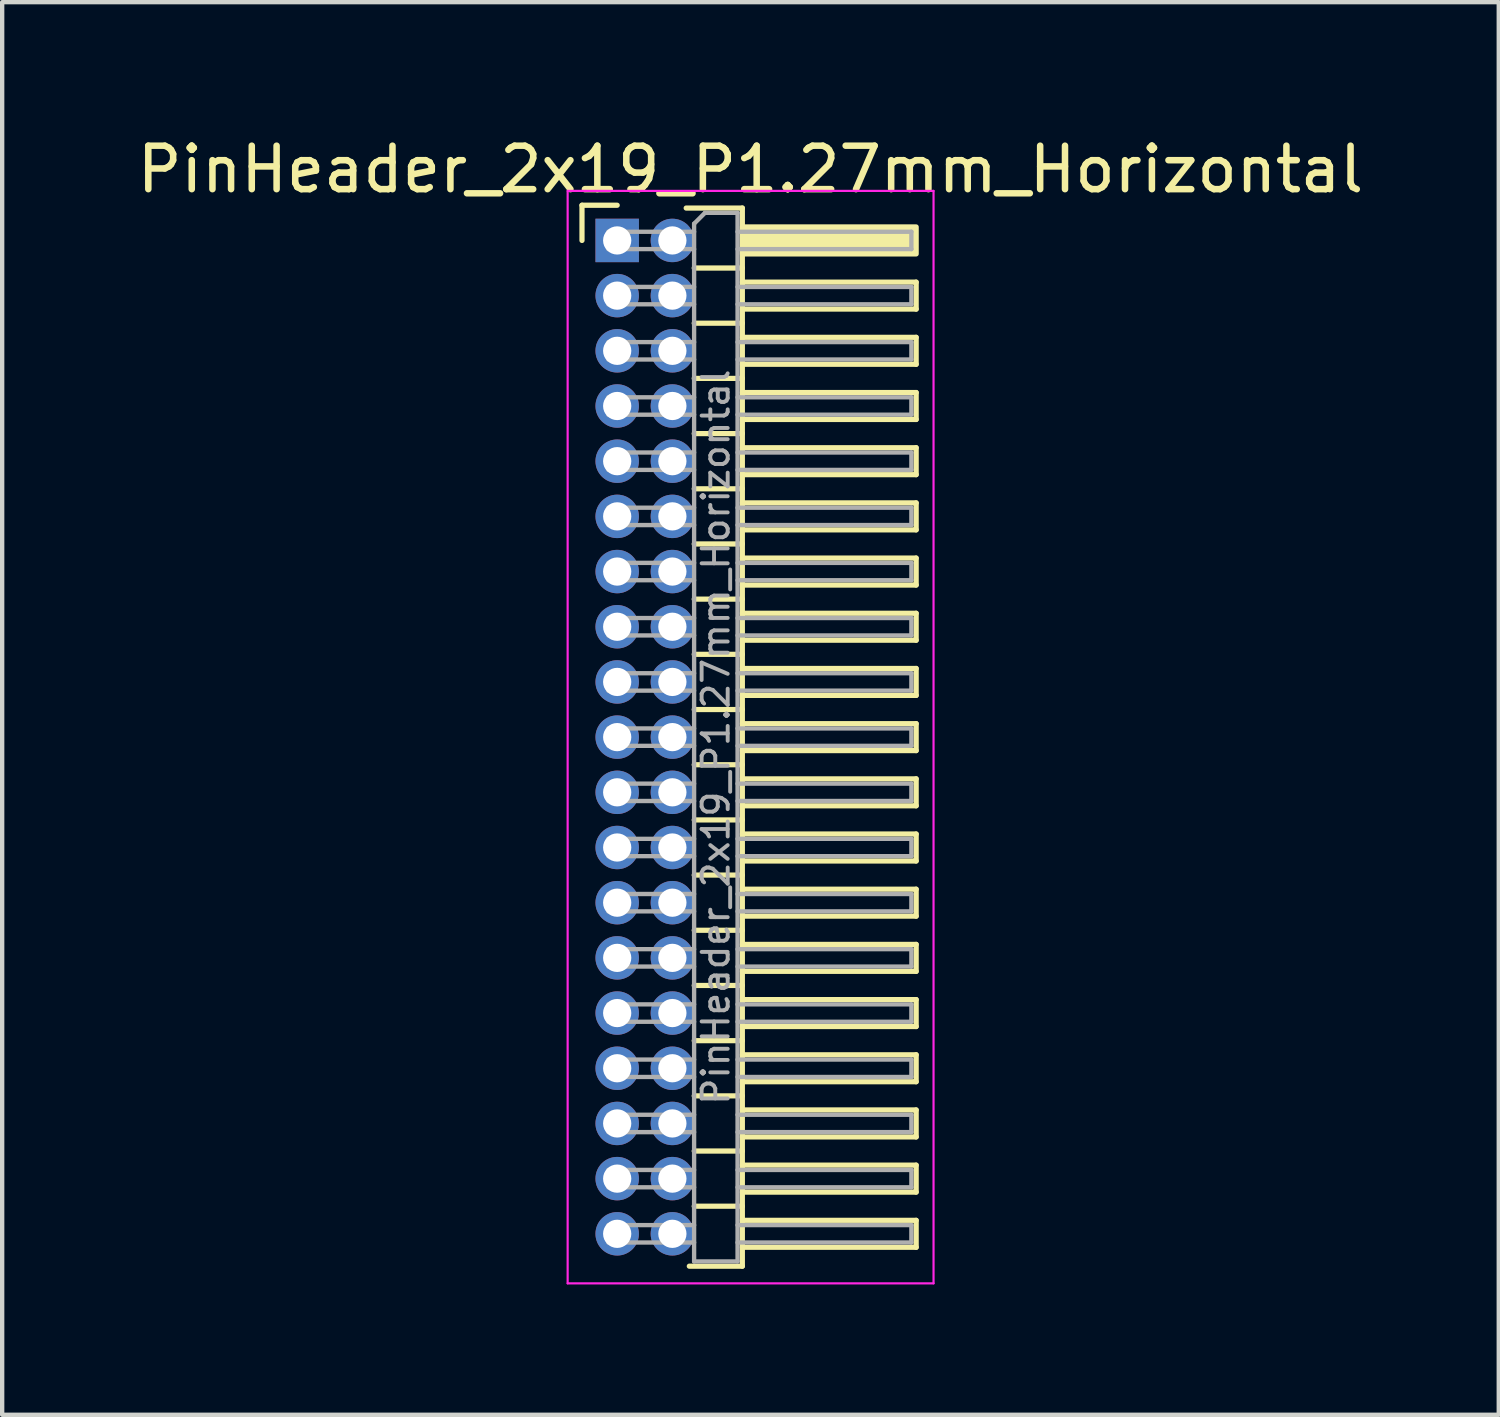
<source format=kicad_pcb>
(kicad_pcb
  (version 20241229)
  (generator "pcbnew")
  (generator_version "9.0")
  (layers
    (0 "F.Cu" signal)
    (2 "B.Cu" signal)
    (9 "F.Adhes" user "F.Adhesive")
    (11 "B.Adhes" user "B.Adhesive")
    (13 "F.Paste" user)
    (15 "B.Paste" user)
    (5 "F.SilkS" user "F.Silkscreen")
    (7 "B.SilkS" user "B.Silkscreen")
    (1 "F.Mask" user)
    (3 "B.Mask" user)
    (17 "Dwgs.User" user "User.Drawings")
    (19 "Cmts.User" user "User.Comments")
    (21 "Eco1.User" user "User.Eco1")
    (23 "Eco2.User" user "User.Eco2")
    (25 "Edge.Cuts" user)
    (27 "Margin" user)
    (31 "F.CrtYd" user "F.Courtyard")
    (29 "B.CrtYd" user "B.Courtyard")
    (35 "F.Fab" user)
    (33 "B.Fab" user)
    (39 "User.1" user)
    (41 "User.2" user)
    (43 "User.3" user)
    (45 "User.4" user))
  (footprint "PinHeader_2x19_P1.27mm_Horizontal"
    (layer "F.Cu")
    (at 11.153 2.483)
    (property "Reference" "PinHeader_2x19_P1.27mm_Horizontal" (at 3.067 -1.635 0) (layer "F.SilkS") (effects (font (size 1 1) (thickness 0.15))))
    (attr through_hole)
    (fp_line (start -0.81 -0.81) (end 0 -0.81) (stroke (width 0.12) (type solid)) (layer "F.SilkS"))
    (fp_line (start -0.81 0) (end -0.81 -0.81) (stroke (width 0.12) (type solid)) (layer "F.SilkS"))
    (fp_line (start 1.588 -0.745) (end 2.88 -0.745) (stroke (width 0.12) (type solid)) (layer "F.SilkS"))
    (fp_line (start 1.773 0.635) (end 2.88 0.635) (stroke (width 0.12) (type solid)) (layer "F.SilkS"))
    (fp_line (start 1.773 1.905) (end 2.88 1.905) (stroke (width 0.12) (type solid)) (layer "F.SilkS"))
    (fp_line (start 1.773 3.175) (end 2.88 3.175) (stroke (width 0.12) (type solid)) (layer "F.SilkS"))
    (fp_line (start 1.773 4.445) (end 2.88 4.445) (stroke (width 0.12) (type solid)) (layer "F.SilkS"))
    (fp_line (start 1.773 5.715) (end 2.88 5.715) (stroke (width 0.12) (type solid)) (layer "F.SilkS"))
    (fp_line (start 1.773 6.985) (end 2.88 6.985) (stroke (width 0.12) (type solid)) (layer "F.SilkS"))
    (fp_line (start 1.773 8.255) (end 2.88 8.255) (stroke (width 0.12) (type solid)) (layer "F.SilkS"))
    (fp_line (start 1.773 9.525) (end 2.88 9.525) (stroke (width 0.12) (type solid)) (layer "F.SilkS"))
    (fp_line (start 1.773 10.795) (end 2.88 10.795) (stroke (width 0.12) (type solid)) (layer "F.SilkS"))
    (fp_line (start 1.773 12.065) (end 2.88 12.065) (stroke (width 0.12) (type solid)) (layer "F.SilkS"))
    (fp_line (start 1.773 13.335) (end 2.88 13.335) (stroke (width 0.12) (type solid)) (layer "F.SilkS"))
    (fp_line (start 1.773 14.605) (end 2.88 14.605) (stroke (width 0.12) (type solid)) (layer "F.SilkS"))
    (fp_line (start 1.773 15.875) (end 2.88 15.875) (stroke (width 0.12) (type solid)) (layer "F.SilkS"))
    (fp_line (start 1.773 17.145) (end 2.88 17.145) (stroke (width 0.12) (type solid)) (layer "F.SilkS"))
    (fp_line (start 1.773 18.415) (end 2.88 18.415) (stroke (width 0.12) (type solid)) (layer "F.SilkS"))
    (fp_line (start 1.773 19.685) (end 2.88 19.685) (stroke (width 0.12) (type solid)) (layer "F.SilkS"))
    (fp_line (start 1.773 20.955) (end 2.88 20.955) (stroke (width 0.12) (type solid)) (layer "F.SilkS"))
    (fp_line (start 1.773 22.225) (end 2.88 22.225) (stroke (width 0.12) (type solid)) (layer "F.SilkS"))
    (fp_line (start 2.88 -0.745) (end 2.88 23.605) (stroke (width 0.12) (type solid)) (layer "F.SilkS"))
    (fp_line (start 2.88 0.96) (end 6.88 0.96) (stroke (width 0.12) (type solid)) (layer "F.SilkS"))
    (fp_line (start 2.88 2.23) (end 6.88 2.23) (stroke (width 0.12) (type solid)) (layer "F.SilkS"))
    (fp_line (start 2.88 3.5) (end 6.88 3.5) (stroke (width 0.12) (type solid)) (layer "F.SilkS"))
    (fp_line (start 2.88 4.77) (end 6.88 4.77) (stroke (width 0.12) (type solid)) (layer "F.SilkS"))
    (fp_line (start 2.88 6.04) (end 6.88 6.04) (stroke (width 0.12) (type solid)) (layer "F.SilkS"))
    (fp_line (start 2.88 7.31) (end 6.88 7.31) (stroke (width 0.12) (type solid)) (layer "F.SilkS"))
    (fp_line (start 2.88 8.58) (end 6.88 8.58) (stroke (width 0.12) (type solid)) (layer "F.SilkS"))
    (fp_line (start 2.88 9.85) (end 6.88 9.85) (stroke (width 0.12) (type solid)) (layer "F.SilkS"))
    (fp_line (start 2.88 11.12) (end 6.88 11.12) (stroke (width 0.12) (type solid)) (layer "F.SilkS"))
    (fp_line (start 2.88 12.39) (end 6.88 12.39) (stroke (width 0.12) (type solid)) (layer "F.SilkS"))
    (fp_line (start 2.88 13.66) (end 6.88 13.66) (stroke (width 0.12) (type solid)) (layer "F.SilkS"))
    (fp_line (start 2.88 14.93) (end 6.88 14.93) (stroke (width 0.12) (type solid)) (layer "F.SilkS"))
    (fp_line (start 2.88 16.2) (end 6.88 16.2) (stroke (width 0.12) (type solid)) (layer "F.SilkS"))
    (fp_line (start 2.88 17.47) (end 6.88 17.47) (stroke (width 0.12) (type solid)) (layer "F.SilkS"))
    (fp_line (start 2.88 18.74) (end 6.88 18.74) (stroke (width 0.12) (type solid)) (layer "F.SilkS"))
    (fp_line (start 2.88 20.01) (end 6.88 20.01) (stroke (width 0.12) (type solid)) (layer "F.SilkS"))
    (fp_line (start 2.88 21.28) (end 6.88 21.28) (stroke (width 0.12) (type solid)) (layer "F.SilkS"))
    (fp_line (start 2.88 22.55) (end 6.88 22.55) (stroke (width 0.12) (type solid)) (layer "F.SilkS"))
    (fp_line (start 2.88 23.605) (end 1.66 23.605) (stroke (width 0.12) (type solid)) (layer "F.SilkS"))
    (fp_line (start 6.88 0.96) (end 6.88 1.58) (stroke (width 0.12) (type solid)) (layer "F.SilkS"))
    (fp_line (start 6.88 1.58) (end 2.88 1.58) (stroke (width 0.12) (type solid)) (layer "F.SilkS"))
    (fp_line (start 6.88 2.23) (end 6.88 2.85) (stroke (width 0.12) (type solid)) (layer "F.SilkS"))
    (fp_line (start 6.88 2.85) (end 2.88 2.85) (stroke (width 0.12) (type solid)) (layer "F.SilkS"))
    (fp_line (start 6.88 3.5) (end 6.88 4.12) (stroke (width 0.12) (type solid)) (layer "F.SilkS"))
    (fp_line (start 6.88 4.12) (end 2.88 4.12) (stroke (width 0.12) (type solid)) (layer "F.SilkS"))
    (fp_line (start 6.88 4.77) (end 6.88 5.39) (stroke (width 0.12) (type solid)) (layer "F.SilkS"))
    (fp_line (start 6.88 5.39) (end 2.88 5.39) (stroke (width 0.12) (type solid)) (layer "F.SilkS"))
    (fp_line (start 6.88 6.04) (end 6.88 6.66) (stroke (width 0.12) (type solid)) (layer "F.SilkS"))
    (fp_line (start 6.88 6.66) (end 2.88 6.66) (stroke (width 0.12) (type solid)) (layer "F.SilkS"))
    (fp_line (start 6.88 7.31) (end 6.88 7.93) (stroke (width 0.12) (type solid)) (layer "F.SilkS"))
    (fp_line (start 6.88 7.93) (end 2.88 7.93) (stroke (width 0.12) (type solid)) (layer "F.SilkS"))
    (fp_line (start 6.88 8.58) (end 6.88 9.2) (stroke (width 0.12) (type solid)) (layer "F.SilkS"))
    (fp_line (start 6.88 9.2) (end 2.88 9.2) (stroke (width 0.12) (type solid)) (layer "F.SilkS"))
    (fp_line (start 6.88 9.85) (end 6.88 10.47) (stroke (width 0.12) (type solid)) (layer "F.SilkS"))
    (fp_line (start 6.88 10.47) (end 2.88 10.47) (stroke (width 0.12) (type solid)) (layer "F.SilkS"))
    (fp_line (start 6.88 11.12) (end 6.88 11.74) (stroke (width 0.12) (type solid)) (layer "F.SilkS"))
    (fp_line (start 6.88 11.74) (end 2.88 11.74) (stroke (width 0.12) (type solid)) (layer "F.SilkS"))
    (fp_line (start 6.88 12.39) (end 6.88 13.01) (stroke (width 0.12) (type solid)) (layer "F.SilkS"))
    (fp_line (start 6.88 13.01) (end 2.88 13.01) (stroke (width 0.12) (type solid)) (layer "F.SilkS"))
    (fp_line (start 6.88 13.66) (end 6.88 14.28) (stroke (width 0.12) (type solid)) (layer "F.SilkS"))
    (fp_line (start 6.88 14.28) (end 2.88 14.28) (stroke (width 0.12) (type solid)) (layer "F.SilkS"))
    (fp_line (start 6.88 14.93) (end 6.88 15.55) (stroke (width 0.12) (type solid)) (layer "F.SilkS"))
    (fp_line (start 6.88 15.55) (end 2.88 15.55) (stroke (width 0.12) (type solid)) (layer "F.SilkS"))
    (fp_line (start 6.88 16.2) (end 6.88 16.82) (stroke (width 0.12) (type solid)) (layer "F.SilkS"))
    (fp_line (start 6.88 16.82) (end 2.88 16.82) (stroke (width 0.12) (type solid)) (layer "F.SilkS"))
    (fp_line (start 6.88 17.47) (end 6.88 18.09) (stroke (width 0.12) (type solid)) (layer "F.SilkS"))
    (fp_line (start 6.88 18.09) (end 2.88 18.09) (stroke (width 0.12) (type solid)) (layer "F.SilkS"))
    (fp_line (start 6.88 18.74) (end 6.88 19.36) (stroke (width 0.12) (type solid)) (layer "F.SilkS"))
    (fp_line (start 6.88 19.36) (end 2.88 19.36) (stroke (width 0.12) (type solid)) (layer "F.SilkS"))
    (fp_line (start 6.88 20.01) (end 6.88 20.63) (stroke (width 0.12) (type solid)) (layer "F.SilkS"))
    (fp_line (start 6.88 20.63) (end 2.88 20.63) (stroke (width 0.12) (type solid)) (layer "F.SilkS"))
    (fp_line (start 6.88 21.28) (end 6.88 21.9) (stroke (width 0.12) (type solid)) (layer "F.SilkS"))
    (fp_line (start 6.88 21.9) (end 2.88 21.9) (stroke (width 0.12) (type solid)) (layer "F.SilkS"))
    (fp_line (start 6.88 22.55) (end 6.88 23.17) (stroke (width 0.12) (type solid)) (layer "F.SilkS"))
    (fp_line (start 6.88 23.17) (end 2.88 23.17) (stroke (width 0.12) (type solid)) (layer "F.SilkS"))
    (fp_rect (start 2.88 -0.31) (end 6.88 0.31) (stroke (width 0.12) (type solid)) (fill yes) (layer "F.SilkS"))
    (fp_line (start -1.14 -1.14) (end -1.14 24) (stroke (width 0.05) (type solid)) (layer "F.CrtYd"))
    (fp_line (start -1.14 24) (end 7.28 24) (stroke (width 0.05) (type solid)) (layer "F.CrtYd"))
    (fp_line (start 7.28 -1.14) (end -1.14 -1.14) (stroke (width 0.05) (type solid)) (layer "F.CrtYd"))
    (fp_line (start 7.28 24) (end 7.28 -1.14) (stroke (width 0.05) (type solid)) (layer "F.CrtYd"))
    (fp_line (start -0.2 -0.2) (end -0.2 0.2) (stroke (width 0.1) (type solid)) (layer "F.Fab"))
    (fp_line (start -0.2 -0.2) (end 1.77 -0.2) (stroke (width 0.1) (type solid)) (layer "F.Fab"))
    (fp_line (start -0.2 0.2) (end 1.77 0.2) (stroke (width 0.1) (type solid)) (layer "F.Fab"))
    (fp_line (start -0.2 1.07) (end -0.2 1.47) (stroke (width 0.1) (type solid)) (layer "F.Fab"))
    (fp_line (start -0.2 1.07) (end 1.77 1.07) (stroke (width 0.1) (type solid)) (layer "F.Fab"))
    (fp_line (start -0.2 1.47) (end 1.77 1.47) (stroke (width 0.1) (type solid)) (layer "F.Fab"))
    (fp_line (start -0.2 2.34) (end -0.2 2.74) (stroke (width 0.1) (type solid)) (layer "F.Fab"))
    (fp_line (start -0.2 2.34) (end 1.77 2.34) (stroke (width 0.1) (type solid)) (layer "F.Fab"))
    (fp_line (start -0.2 2.74) (end 1.77 2.74) (stroke (width 0.1) (type solid)) (layer "F.Fab"))
    (fp_line (start -0.2 3.61) (end -0.2 4.01) (stroke (width 0.1) (type solid)) (layer "F.Fab"))
    (fp_line (start -0.2 3.61) (end 1.77 3.61) (stroke (width 0.1) (type solid)) (layer "F.Fab"))
    (fp_line (start -0.2 4.01) (end 1.77 4.01) (stroke (width 0.1) (type solid)) (layer "F.Fab"))
    (fp_line (start -0.2 4.88) (end -0.2 5.28) (stroke (width 0.1) (type solid)) (layer "F.Fab"))
    (fp_line (start -0.2 4.88) (end 1.77 4.88) (stroke (width 0.1) (type solid)) (layer "F.Fab"))
    (fp_line (start -0.2 5.28) (end 1.77 5.28) (stroke (width 0.1) (type solid)) (layer "F.Fab"))
    (fp_line (start -0.2 6.15) (end -0.2 6.55) (stroke (width 0.1) (type solid)) (layer "F.Fab"))
    (fp_line (start -0.2 6.15) (end 1.77 6.15) (stroke (width 0.1) (type solid)) (layer "F.Fab"))
    (fp_line (start -0.2 6.55) (end 1.77 6.55) (stroke (width 0.1) (type solid)) (layer "F.Fab"))
    (fp_line (start -0.2 7.42) (end -0.2 7.82) (stroke (width 0.1) (type solid)) (layer "F.Fab"))
    (fp_line (start -0.2 7.42) (end 1.77 7.42) (stroke (width 0.1) (type solid)) (layer "F.Fab"))
    (fp_line (start -0.2 7.82) (end 1.77 7.82) (stroke (width 0.1) (type solid)) (layer "F.Fab"))
    (fp_line (start -0.2 8.69) (end -0.2 9.09) (stroke (width 0.1) (type solid)) (layer "F.Fab"))
    (fp_line (start -0.2 8.69) (end 1.77 8.69) (stroke (width 0.1) (type solid)) (layer "F.Fab"))
    (fp_line (start -0.2 9.09) (end 1.77 9.09) (stroke (width 0.1) (type solid)) (layer "F.Fab"))
    (fp_line (start -0.2 9.96) (end -0.2 10.36) (stroke (width 0.1) (type solid)) (layer "F.Fab"))
    (fp_line (start -0.2 9.96) (end 1.77 9.96) (stroke (width 0.1) (type solid)) (layer "F.Fab"))
    (fp_line (start -0.2 10.36) (end 1.77 10.36) (stroke (width 0.1) (type solid)) (layer "F.Fab"))
    (fp_line (start -0.2 11.23) (end -0.2 11.63) (stroke (width 0.1) (type solid)) (layer "F.Fab"))
    (fp_line (start -0.2 11.23) (end 1.77 11.23) (stroke (width 0.1) (type solid)) (layer "F.Fab"))
    (fp_line (start -0.2 11.63) (end 1.77 11.63) (stroke (width 0.1) (type solid)) (layer "F.Fab"))
    (fp_line (start -0.2 12.5) (end -0.2 12.9) (stroke (width 0.1) (type solid)) (layer "F.Fab"))
    (fp_line (start -0.2 12.5) (end 1.77 12.5) (stroke (width 0.1) (type solid)) (layer "F.Fab"))
    (fp_line (start -0.2 12.9) (end 1.77 12.9) (stroke (width 0.1) (type solid)) (layer "F.Fab"))
    (fp_line (start -0.2 13.77) (end -0.2 14.17) (stroke (width 0.1) (type solid)) (layer "F.Fab"))
    (fp_line (start -0.2 13.77) (end 1.77 13.77) (stroke (width 0.1) (type solid)) (layer "F.Fab"))
    (fp_line (start -0.2 14.17) (end 1.77 14.17) (stroke (width 0.1) (type solid)) (layer "F.Fab"))
    (fp_line (start -0.2 15.04) (end -0.2 15.44) (stroke (width 0.1) (type solid)) (layer "F.Fab"))
    (fp_line (start -0.2 15.04) (end 1.77 15.04) (stroke (width 0.1) (type solid)) (layer "F.Fab"))
    (fp_line (start -0.2 15.44) (end 1.77 15.44) (stroke (width 0.1) (type solid)) (layer "F.Fab"))
    (fp_line (start -0.2 16.31) (end -0.2 16.71) (stroke (width 0.1) (type solid)) (layer "F.Fab"))
    (fp_line (start -0.2 16.31) (end 1.77 16.31) (stroke (width 0.1) (type solid)) (layer "F.Fab"))
    (fp_line (start -0.2 16.71) (end 1.77 16.71) (stroke (width 0.1) (type solid)) (layer "F.Fab"))
    (fp_line (start -0.2 17.58) (end -0.2 17.98) (stroke (width 0.1) (type solid)) (layer "F.Fab"))
    (fp_line (start -0.2 17.58) (end 1.77 17.58) (stroke (width 0.1) (type solid)) (layer "F.Fab"))
    (fp_line (start -0.2 17.98) (end 1.77 17.98) (stroke (width 0.1) (type solid)) (layer "F.Fab"))
    (fp_line (start -0.2 18.85) (end -0.2 19.25) (stroke (width 0.1) (type solid)) (layer "F.Fab"))
    (fp_line (start -0.2 18.85) (end 1.77 18.85) (stroke (width 0.1) (type solid)) (layer "F.Fab"))
    (fp_line (start -0.2 19.25) (end 1.77 19.25) (stroke (width 0.1) (type solid)) (layer "F.Fab"))
    (fp_line (start -0.2 20.12) (end -0.2 20.52) (stroke (width 0.1) (type solid)) (layer "F.Fab"))
    (fp_line (start -0.2 20.12) (end 1.77 20.12) (stroke (width 0.1) (type solid)) (layer "F.Fab"))
    (fp_line (start -0.2 20.52) (end 1.77 20.52) (stroke (width 0.1) (type solid)) (layer "F.Fab"))
    (fp_line (start -0.2 21.39) (end -0.2 21.79) (stroke (width 0.1) (type solid)) (layer "F.Fab"))
    (fp_line (start -0.2 21.39) (end 1.77 21.39) (stroke (width 0.1) (type solid)) (layer "F.Fab"))
    (fp_line (start -0.2 21.79) (end 1.77 21.79) (stroke (width 0.1) (type solid)) (layer "F.Fab"))
    (fp_line (start -0.2 22.66) (end -0.2 23.06) (stroke (width 0.1) (type solid)) (layer "F.Fab"))
    (fp_line (start -0.2 22.66) (end 1.77 22.66) (stroke (width 0.1) (type solid)) (layer "F.Fab"))
    (fp_line (start -0.2 23.06) (end 1.77 23.06) (stroke (width 0.1) (type solid)) (layer "F.Fab"))
    (fp_line (start 1.77 -0.385) (end 2.02 -0.635) (stroke (width 0.1) (type solid)) (layer "F.Fab"))
    (fp_line (start 1.77 23.495) (end 1.77 -0.385) (stroke (width 0.1) (type solid)) (layer "F.Fab"))
    (fp_line (start 2.02 -0.635) (end 2.77 -0.635) (stroke (width 0.1) (type solid)) (layer "F.Fab"))
    (fp_line (start 2.77 -0.635) (end 2.77 23.495) (stroke (width 0.1) (type solid)) (layer "F.Fab"))
    (fp_line (start 2.77 -0.2) (end 6.77 -0.2) (stroke (width 0.1) (type solid)) (layer "F.Fab"))
    (fp_line (start 2.77 0.2) (end 6.77 0.2) (stroke (width 0.1) (type solid)) (layer "F.Fab"))
    (fp_line (start 2.77 1.07) (end 6.77 1.07) (stroke (width 0.1) (type solid)) (layer "F.Fab"))
    (fp_line (start 2.77 1.47) (end 6.77 1.47) (stroke (width 0.1) (type solid)) (layer "F.Fab"))
    (fp_line (start 2.77 2.34) (end 6.77 2.34) (stroke (width 0.1) (type solid)) (layer "F.Fab"))
    (fp_line (start 2.77 2.74) (end 6.77 2.74) (stroke (width 0.1) (type solid)) (layer "F.Fab"))
    (fp_line (start 2.77 3.61) (end 6.77 3.61) (stroke (width 0.1) (type solid)) (layer "F.Fab"))
    (fp_line (start 2.77 4.01) (end 6.77 4.01) (stroke (width 0.1) (type solid)) (layer "F.Fab"))
    (fp_line (start 2.77 4.88) (end 6.77 4.88) (stroke (width 0.1) (type solid)) (layer "F.Fab"))
    (fp_line (start 2.77 5.28) (end 6.77 5.28) (stroke (width 0.1) (type solid)) (layer "F.Fab"))
    (fp_line (start 2.77 6.15) (end 6.77 6.15) (stroke (width 0.1) (type solid)) (layer "F.Fab"))
    (fp_line (start 2.77 6.55) (end 6.77 6.55) (stroke (width 0.1) (type solid)) (layer "F.Fab"))
    (fp_line (start 2.77 7.42) (end 6.77 7.42) (stroke (width 0.1) (type solid)) (layer "F.Fab"))
    (fp_line (start 2.77 7.82) (end 6.77 7.82) (stroke (width 0.1) (type solid)) (layer "F.Fab"))
    (fp_line (start 2.77 8.69) (end 6.77 8.69) (stroke (width 0.1) (type solid)) (layer "F.Fab"))
    (fp_line (start 2.77 9.09) (end 6.77 9.09) (stroke (width 0.1) (type solid)) (layer "F.Fab"))
    (fp_line (start 2.77 9.96) (end 6.77 9.96) (stroke (width 0.1) (type solid)) (layer "F.Fab"))
    (fp_line (start 2.77 10.36) (end 6.77 10.36) (stroke (width 0.1) (type solid)) (layer "F.Fab"))
    (fp_line (start 2.77 11.23) (end 6.77 11.23) (stroke (width 0.1) (type solid)) (layer "F.Fab"))
    (fp_line (start 2.77 11.63) (end 6.77 11.63) (stroke (width 0.1) (type solid)) (layer "F.Fab"))
    (fp_line (start 2.77 12.5) (end 6.77 12.5) (stroke (width 0.1) (type solid)) (layer "F.Fab"))
    (fp_line (start 2.77 12.9) (end 6.77 12.9) (stroke (width 0.1) (type solid)) (layer "F.Fab"))
    (fp_line (start 2.77 13.77) (end 6.77 13.77) (stroke (width 0.1) (type solid)) (layer "F.Fab"))
    (fp_line (start 2.77 14.17) (end 6.77 14.17) (stroke (width 0.1) (type solid)) (layer "F.Fab"))
    (fp_line (start 2.77 15.04) (end 6.77 15.04) (stroke (width 0.1) (type solid)) (layer "F.Fab"))
    (fp_line (start 2.77 15.44) (end 6.77 15.44) (stroke (width 0.1) (type solid)) (layer "F.Fab"))
    (fp_line (start 2.77 16.31) (end 6.77 16.31) (stroke (width 0.1) (type solid)) (layer "F.Fab"))
    (fp_line (start 2.77 16.71) (end 6.77 16.71) (stroke (width 0.1) (type solid)) (layer "F.Fab"))
    (fp_line (start 2.77 17.58) (end 6.77 17.58) (stroke (width 0.1) (type solid)) (layer "F.Fab"))
    (fp_line (start 2.77 17.98) (end 6.77 17.98) (stroke (width 0.1) (type solid)) (layer "F.Fab"))
    (fp_line (start 2.77 18.85) (end 6.77 18.85) (stroke (width 0.1) (type solid)) (layer "F.Fab"))
    (fp_line (start 2.77 19.25) (end 6.77 19.25) (stroke (width 0.1) (type solid)) (layer "F.Fab"))
    (fp_line (start 2.77 20.12) (end 6.77 20.12) (stroke (width 0.1) (type solid)) (layer "F.Fab"))
    (fp_line (start 2.77 20.52) (end 6.77 20.52) (stroke (width 0.1) (type solid)) (layer "F.Fab"))
    (fp_line (start 2.77 21.39) (end 6.77 21.39) (stroke (width 0.1) (type solid)) (layer "F.Fab"))
    (fp_line (start 2.77 21.79) (end 6.77 21.79) (stroke (width 0.1) (type solid)) (layer "F.Fab"))
    (fp_line (start 2.77 22.66) (end 6.77 22.66) (stroke (width 0.1) (type solid)) (layer "F.Fab"))
    (fp_line (start 2.77 23.06) (end 6.77 23.06) (stroke (width 0.1) (type solid)) (layer "F.Fab"))
    (fp_line (start 2.77 23.495) (end 1.77 23.495) (stroke (width 0.1) (type solid)) (layer "F.Fab"))
    (fp_line (start 6.77 -0.2) (end 6.77 0.2) (stroke (width 0.1) (type solid)) (layer "F.Fab"))
    (fp_line (start 6.77 1.07) (end 6.77 1.47) (stroke (width 0.1) (type solid)) (layer "F.Fab"))
    (fp_line (start 6.77 2.34) (end 6.77 2.74) (stroke (width 0.1) (type solid)) (layer "F.Fab"))
    (fp_line (start 6.77 3.61) (end 6.77 4.01) (stroke (width 0.1) (type solid)) (layer "F.Fab"))
    (fp_line (start 6.77 4.88) (end 6.77 5.28) (stroke (width 0.1) (type solid)) (layer "F.Fab"))
    (fp_line (start 6.77 6.15) (end 6.77 6.55) (stroke (width 0.1) (type solid)) (layer "F.Fab"))
    (fp_line (start 6.77 7.42) (end 6.77 7.82) (stroke (width 0.1) (type solid)) (layer "F.Fab"))
    (fp_line (start 6.77 8.69) (end 6.77 9.09) (stroke (width 0.1) (type solid)) (layer "F.Fab"))
    (fp_line (start 6.77 9.96) (end 6.77 10.36) (stroke (width 0.1) (type solid)) (layer "F.Fab"))
    (fp_line (start 6.77 11.23) (end 6.77 11.63) (stroke (width 0.1) (type solid)) (layer "F.Fab"))
    (fp_line (start 6.77 12.5) (end 6.77 12.9) (stroke (width 0.1) (type solid)) (layer "F.Fab"))
    (fp_line (start 6.77 13.77) (end 6.77 14.17) (stroke (width 0.1) (type solid)) (layer "F.Fab"))
    (fp_line (start 6.77 15.04) (end 6.77 15.44) (stroke (width 0.1) (type solid)) (layer "F.Fab"))
    (fp_line (start 6.77 16.31) (end 6.77 16.71) (stroke (width 0.1) (type solid)) (layer "F.Fab"))
    (fp_line (start 6.77 17.58) (end 6.77 17.98) (stroke (width 0.1) (type solid)) (layer "F.Fab"))
    (fp_line (start 6.77 18.85) (end 6.77 19.25) (stroke (width 0.1) (type solid)) (layer "F.Fab"))
    (fp_line (start 6.77 20.12) (end 6.77 20.52) (stroke (width 0.1) (type solid)) (layer "F.Fab"))
    (fp_line (start 6.77 21.39) (end 6.77 21.79) (stroke (width 0.1) (type solid)) (layer "F.Fab"))
    (fp_line (start 6.77 22.66) (end 6.77 23.06) (stroke (width 0.1) (type solid)) (layer "F.Fab"))
    (fp_text user "${REFERENCE}" (at 2.27 11.43 90) (layer "F.Fab") (effects (font (size 0.6 0.6) (thickness 0.09))))
    (pad "1" thru_hole rect (at 0 0) (size 1 1) (drill 0.65) (layers "*.Cu" "*.Mask"))
    (pad "2" thru_hole circle (at 1.27 0) (size 1 1) (drill 0.65) (layers "*.Cu" "*.Mask"))
    (pad "3" thru_hole circle (at 0 1.27) (size 1 1) (drill 0.65) (layers "*.Cu" "*.Mask"))
    (pad "4" thru_hole circle (at 1.27 1.27) (size 1 1) (drill 0.65) (layers "*.Cu" "*.Mask"))
    (pad "5" thru_hole circle (at 0 2.54) (size 1 1) (drill 0.65) (layers "*.Cu" "*.Mask"))
    (pad "6" thru_hole circle (at 1.27 2.54) (size 1 1) (drill 0.65) (layers "*.Cu" "*.Mask"))
    (pad "7" thru_hole circle (at 0 3.81) (size 1 1) (drill 0.65) (layers "*.Cu" "*.Mask"))
    (pad "8" thru_hole circle (at 1.27 3.81) (size 1 1) (drill 0.65) (layers "*.Cu" "*.Mask"))
    (pad "9" thru_hole circle (at 0 5.08) (size 1 1) (drill 0.65) (layers "*.Cu" "*.Mask"))
    (pad "10" thru_hole circle (at 1.27 5.08) (size 1 1) (drill 0.65) (layers "*.Cu" "*.Mask"))
    (pad "11" thru_hole circle (at 0 6.35) (size 1 1) (drill 0.65) (layers "*.Cu" "*.Mask"))
    (pad "12" thru_hole circle (at 1.27 6.35) (size 1 1) (drill 0.65) (layers "*.Cu" "*.Mask"))
    (pad "13" thru_hole circle (at 0 7.62) (size 1 1) (drill 0.65) (layers "*.Cu" "*.Mask"))
    (pad "14" thru_hole circle (at 1.27 7.62) (size 1 1) (drill 0.65) (layers "*.Cu" "*.Mask"))
    (pad "15" thru_hole circle (at 0 8.89) (size 1 1) (drill 0.65) (layers "*.Cu" "*.Mask"))
    (pad "16" thru_hole circle (at 1.27 8.89) (size 1 1) (drill 0.65) (layers "*.Cu" "*.Mask"))
    (pad "17" thru_hole circle (at 0 10.16) (size 1 1) (drill 0.65) (layers "*.Cu" "*.Mask"))
    (pad "18" thru_hole circle (at 1.27 10.16) (size 1 1) (drill 0.65) (layers "*.Cu" "*.Mask"))
    (pad "19" thru_hole circle (at 0 11.43) (size 1 1) (drill 0.65) (layers "*.Cu" "*.Mask"))
    (pad "20" thru_hole circle (at 1.27 11.43) (size 1 1) (drill 0.65) (layers "*.Cu" "*.Mask"))
    (pad "21" thru_hole circle (at 0 12.7) (size 1 1) (drill 0.65) (layers "*.Cu" "*.Mask"))
    (pad "22" thru_hole circle (at 1.27 12.7) (size 1 1) (drill 0.65) (layers "*.Cu" "*.Mask"))
    (pad "23" thru_hole circle (at 0 13.97) (size 1 1) (drill 0.65) (layers "*.Cu" "*.Mask"))
    (pad "24" thru_hole circle (at 1.27 13.97) (size 1 1) (drill 0.65) (layers "*.Cu" "*.Mask"))
    (pad "25" thru_hole circle (at 0 15.24) (size 1 1) (drill 0.65) (layers "*.Cu" "*.Mask"))
    (pad "26" thru_hole circle (at 1.27 15.24) (size 1 1) (drill 0.65) (layers "*.Cu" "*.Mask"))
    (pad "27" thru_hole circle (at 0 16.51) (size 1 1) (drill 0.65) (layers "*.Cu" "*.Mask"))
    (pad "28" thru_hole circle (at 1.27 16.51) (size 1 1) (drill 0.65) (layers "*.Cu" "*.Mask"))
    (pad "29" thru_hole circle (at 0 17.78) (size 1 1) (drill 0.65) (layers "*.Cu" "*.Mask"))
    (pad "30" thru_hole circle (at 1.27 17.78) (size 1 1) (drill 0.65) (layers "*.Cu" "*.Mask"))
    (pad "31" thru_hole circle (at 0 19.05) (size 1 1) (drill 0.65) (layers "*.Cu" "*.Mask"))
    (pad "32" thru_hole circle (at 1.27 19.05) (size 1 1) (drill 0.65) (layers "*.Cu" "*.Mask"))
    (pad "33" thru_hole circle (at 0 20.32) (size 1 1) (drill 0.65) (layers "*.Cu" "*.Mask"))
    (pad "34" thru_hole circle (at 1.27 20.32) (size 1 1) (drill 0.65) (layers "*.Cu" "*.Mask"))
    (pad "35" thru_hole circle (at 0 21.59) (size 1 1) (drill 0.65) (layers "*.Cu" "*.Mask"))
    (pad "36" thru_hole circle (at 1.27 21.59) (size 1 1) (drill 0.65) (layers "*.Cu" "*.Mask"))
    (pad "37" thru_hole circle (at 0 22.86) (size 1 1) (drill 0.65) (layers "*.Cu" "*.Mask"))
    (pad "38" thru_hole circle (at 1.27 22.86) (size 1 1) (drill 0.65) (layers "*.Cu" "*.Mask")))
  (gr_rect
    (start -3 -3)
    (end 31.44 29.508)
    (stroke (width 0.1) (type default))
    (fill no)
    (layer "Edge.Cuts")))
</source>
